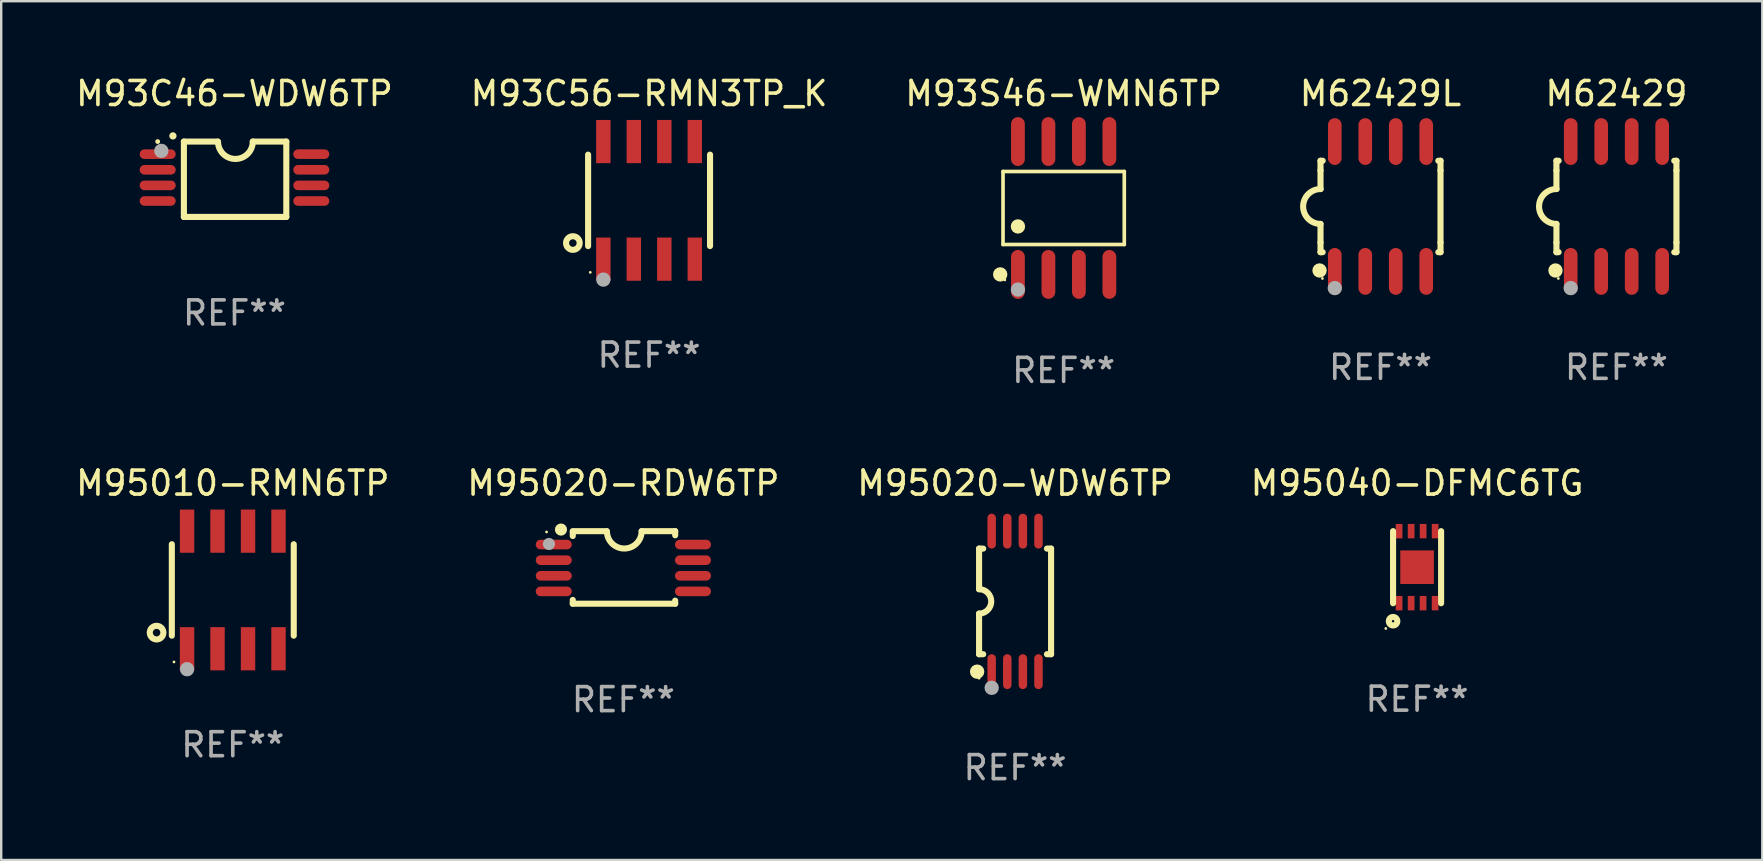
<source format=kicad_pcb>
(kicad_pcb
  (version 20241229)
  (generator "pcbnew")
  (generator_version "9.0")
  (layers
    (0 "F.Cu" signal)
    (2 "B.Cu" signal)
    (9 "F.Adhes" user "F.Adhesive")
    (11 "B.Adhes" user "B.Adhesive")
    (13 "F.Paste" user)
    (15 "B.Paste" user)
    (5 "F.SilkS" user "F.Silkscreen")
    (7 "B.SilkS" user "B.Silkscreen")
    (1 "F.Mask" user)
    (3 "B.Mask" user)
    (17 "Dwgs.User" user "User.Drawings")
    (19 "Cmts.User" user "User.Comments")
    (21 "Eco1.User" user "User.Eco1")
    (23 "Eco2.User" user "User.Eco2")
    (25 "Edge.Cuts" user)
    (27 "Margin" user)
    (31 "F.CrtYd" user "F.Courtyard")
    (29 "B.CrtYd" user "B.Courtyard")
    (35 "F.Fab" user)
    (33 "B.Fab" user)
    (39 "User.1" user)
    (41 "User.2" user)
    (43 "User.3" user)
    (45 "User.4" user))
  (footprint "M95020-WDW6TP"
    (layer "F.Cu")
    (at 39.244 22.008)
    (property "Reference" "M95020-WDW6TP" (at 0 -4.927 0) (layer "F.SilkS") (effects (font (size 1 1) (thickness 0.15))))
    (attr through_hole)
    (fp_line (start -1.5 -2.2) (end -1.5 -0.508) (stroke (width 0.254) (type solid)) (layer "F.SilkS"))
    (fp_line (start -1.5 -2.2) (end -1.328 -2.2) (stroke (width 0.254) (type solid)) (layer "F.SilkS"))
    (fp_line (start -1.5 2.2) (end -1.5 0.508) (stroke (width 0.254) (type solid)) (layer "F.SilkS"))
    (fp_line (start -1.5 2.2) (end -1.328 2.2) (stroke (width 0.254) (type solid)) (layer "F.SilkS"))
    (fp_line (start 1.328 -2.2) (end 1.5 -2.2) (stroke (width 0.254) (type solid)) (layer "F.SilkS"))
    (fp_line (start 1.328 2.2) (end 1.5 2.2) (stroke (width 0.254) (type solid)) (layer "F.SilkS"))
    (fp_line (start 1.5 -2.2) (end 1.5 2.2) (stroke (width 0.254) (type solid)) (layer "F.SilkS"))
    (fp_arc (start -1.501144 -0.508) (mid -0.993143 -0.000571) (end -1.5 0.508001) (stroke (width 0.254001) (type solid)) (layer "F.SilkS"))
    (fp_circle (center -1.581 2.927) (end -1.431 2.927) (stroke (width 0.3) (type solid)) (fill no) (layer "F.SilkS"))
    (fp_circle (center -1.5 3.2) (end -1.47 3.2) (stroke (width 0.06) (type solid)) (fill no) (layer "F.SilkS"))
    (fp_circle (center -0.975 3.6) (end -0.825 3.6) (stroke (width 0.3) (type solid)) (fill no) (layer "F.Fab"))
    (fp_text user "REF**" (at 0 6.927 0) (layer "F.Fab") (effects (font (size 1 1) (thickness 0.15))))
    (pad "1" smd oval (at -0.975 2.927) (size 0.353 1.454) (layers "F.Cu" "F.Mask" "F.Paste"))
    (pad "2" smd oval (at -0.325 2.927) (size 0.353 1.454) (layers "F.Cu" "F.Mask" "F.Paste"))
    (pad "3" smd oval (at 0.325 2.927) (size 0.353 1.454) (layers "F.Cu" "F.Mask" "F.Paste"))
    (pad "4" smd oval (at 0.975 2.927) (size 0.353 1.454) (layers "F.Cu" "F.Mask" "F.Paste"))
    (pad "5" smd oval (at 0.975 -2.927) (size 0.353 1.454) (layers "F.Cu" "F.Mask" "F.Paste"))
    (pad "6" smd oval (at 0.325 -2.927) (size 0.353 1.454) (layers "F.Cu" "F.Mask" "F.Paste"))
    (pad "7" smd oval (at -0.325 -2.927) (size 0.353 1.454) (layers "F.Cu" "F.Mask" "F.Paste"))
    (pad "8" smd oval (at -0.975 -2.927) (size 0.353 1.454) (layers "F.Cu" "F.Mask" "F.Paste")))
  (footprint "M95020-RDW6TP"
    (layer "F.Cu")
    (at 22.923 20.592)
    (property "Reference" "M95020-RDW6TP" (at 0 -3.511 0) (layer "F.SilkS") (effects (font (size 1 1) (thickness 0.15))))
    (attr through_hole)
    (fp_line (start -2.108 -1.511) (end -0.711 -1.511) (stroke (width 0.254) (type solid)) (layer "F.SilkS"))
    (fp_line (start -2.108 -1.309) (end -2.108 -1.486) (stroke (width 0.254) (type solid)) (layer "F.SilkS"))
    (fp_line (start -2.108 1.511) (end -2.108 1.355) (stroke (width 0.254) (type solid)) (layer "F.SilkS"))
    (fp_line (start 0.762 -1.511) (end 2.159 -1.511) (stroke (width 0.254) (type solid)) (layer "F.SilkS"))
    (fp_line (start 2.159 -1.511) (end 2.159 -1.339) (stroke (width 0.254) (type solid)) (layer "F.SilkS"))
    (fp_line (start 2.159 1.384) (end 2.159 1.511) (stroke (width 0.254) (type solid)) (layer "F.SilkS"))
    (fp_line (start 2.159 1.511) (end -2.108 1.511) (stroke (width 0.254) (type solid)) (layer "F.SilkS"))
    (fp_arc (start 0.762002 -1.511303) (mid 0.0381 -0.787401) (end -0.685802 -1.511303) (stroke (width 0.254001) (type solid)) (layer "F.SilkS"))
    (fp_circle (center -3.2 -1.477) (end -3.17 -1.477) (stroke (width 0.06) (type solid)) (fill no) (layer "F.SilkS"))
    (fp_circle (center -2.6 -1.577) (end -2.473 -1.577) (stroke (width 0.254) (type solid)) (fill no) (layer "F.SilkS"))
    (fp_circle (center -3.1 -0.977) (end -2.973 -0.977) (stroke (width 0.254) (type solid)) (fill no) (layer "F.Fab"))
    (fp_text user "REF**" (at 0 5.511 0) (layer "F.Fab") (effects (font (size 1 1) (thickness 0.15))))
    (pad "1" smd oval (at -2.9 -0.953 90) (size 0.4 1.5) (layers "F.Cu" "F.Mask" "F.Paste"))
    (pad "2" smd oval (at -2.9 -0.302 90) (size 0.4 1.5) (layers "F.Cu" "F.Mask" "F.Paste"))
    (pad "3" smd oval (at -2.9 0.348 90) (size 0.4 1.5) (layers "F.Cu" "F.Mask" "F.Paste"))
    (pad "4" smd oval (at -2.9 0.998 90) (size 0.4 1.5) (layers "F.Cu" "F.Mask" "F.Paste"))
    (pad "5" smd oval (at 2.9 0.998 90) (size 0.4 1.5) (layers "F.Cu" "F.Mask" "F.Paste"))
    (pad "6" smd oval (at 2.9 0.348 90) (size 0.4 1.5) (layers "F.Cu" "F.Mask" "F.Paste"))
    (pad "7" smd oval (at 2.9 -0.302 90) (size 0.4 1.5) (layers "F.Cu" "F.Mask" "F.Paste"))
    (pad "8" smd oval (at 2.9 -0.953 90) (size 0.4 1.5) (layers "F.Cu" "F.Mask" "F.Paste")))
  (footprint "M93C46-WDW6TP"
    (layer "F.Cu")
    (at 6.72 4.419)
    (property "Reference" "M93C46-WDW6TP" (at 0 -3.57 0) (layer "F.SilkS") (effects (font (size 1 1) (thickness 0.15))))
    (attr through_hole)
    (fp_line (start -2.108 -1.57) (end -0.711 -1.57) (stroke (width 0.254) (type solid)) (layer "F.SilkS"))
    (fp_line (start -2.108 -1.57) (end -2.108 1.393) (stroke (width 0.254) (type solid)) (layer "F.SilkS"))
    (fp_line (start -2.108 1.393) (end -2.108 1.57) (stroke (width 0.254) (type solid)) (layer "F.SilkS"))
    (fp_line (start -2.108 1.57) (end 2.159 1.57) (stroke (width 0.254) (type solid)) (layer "F.SilkS"))
    (fp_line (start 0.762 -1.57) (end 2.159 -1.57) (stroke (width 0.254) (type solid)) (layer "F.SilkS"))
    (fp_line (start 2.159 1.57) (end 2.159 -1.57) (stroke (width 0.254) (type solid)) (layer "F.SilkS"))
    (fp_arc (start -2.565405 -1.805169) (mid -2.56541 -1.806439) (end -2.565405 -1.807709) (stroke (width 0.3) (type solid)) (layer "F.SilkS"))
    (fp_arc (start 0.762002 -1.570498) (mid 0.0381 -0.846596) (end -0.685802 -1.570498) (stroke (width 0.254001) (type solid)) (layer "F.SilkS"))
    (fp_circle (center -3.2 -1.57) (end -3.15 -1.57) (stroke (width 0.1) (type solid)) (fill no) (layer "F.SilkS"))
    (fp_circle (center -3.048 -1.183) (end -2.898 -1.183) (stroke (width 0.3) (type solid)) (fill no) (layer "F.Fab"))
    (fp_text user "REF**" (at 0 5.57 0) (layer "F.Fab") (effects (font (size 1 1) (thickness 0.15))))
    (pad "1" smd oval (at -3.2 -1.046 90) (size 0.4 1.5) (layers "F.Cu" "F.Mask" "F.Paste"))
    (pad "2" smd oval (at -3.2 -0.395 90) (size 0.4 1.5) (layers "F.Cu" "F.Mask" "F.Paste"))
    (pad "3" smd oval (at -3.2 0.255 90) (size 0.4 1.5) (layers "F.Cu" "F.Mask" "F.Paste"))
    (pad "4" smd oval (at -3.2 0.905 90) (size 0.4 1.5) (layers "F.Cu" "F.Mask" "F.Paste"))
    (pad "5" smd oval (at 3.2 0.905 90) (size 0.4 1.5) (layers "F.Cu" "F.Mask" "F.Paste"))
    (pad "6" smd oval (at 3.2 0.255 90) (size 0.4 1.5) (layers "F.Cu" "F.Mask" "F.Paste"))
    (pad "7" smd oval (at 3.2 -0.395 90) (size 0.4 1.5) (layers "F.Cu" "F.Mask" "F.Paste"))
    (pad "8" smd oval (at 3.2 -1.046 90) (size 0.4 1.5) (layers "F.Cu" "F.Mask" "F.Paste")))
  (footprint "M62429"
    (layer "F.Cu")
    (at 64.3 5.553)
    (property "Reference" "M62429" (at 0 -4.705 0) (layer "F.SilkS") (effects (font (size 1 1) (thickness 0.15))))
    (attr through_hole)
    (fp_line (start -2.5 -1.905) (end -2.409 -1.905) (stroke (width 0.254) (type solid)) (layer "F.SilkS"))
    (fp_line (start -2.5 -1.5) (end -2.5 -1.905) (stroke (width 0.254) (type solid)) (layer "F.SilkS"))
    (fp_line (start -2.5 -1.5) (end -2.5 -0.726) (stroke (width 0.254) (type solid)) (layer "F.SilkS"))
    (fp_line (start -2.5 1.5) (end -2.5 0.727) (stroke (width 0.254) (type solid)) (layer "F.SilkS"))
    (fp_line (start -2.5 1.5) (end -2.5 1.905) (stroke (width 0.254) (type solid)) (layer "F.SilkS"))
    (fp_line (start -2.5 1.905) (end -2.409 1.905) (stroke (width 0.254) (type solid)) (layer "F.SilkS"))
    (fp_line (start 2.5 -1.905) (end 2.409 -1.905) (stroke (width 0.254) (type solid)) (layer "F.SilkS"))
    (fp_line (start 2.5 -1.5) (end 2.5 -1.905) (stroke (width 0.254) (type solid)) (layer "F.SilkS"))
    (fp_line (start 2.5 -1.5) (end 2.5 1.5) (stroke (width 0.254) (type solid)) (layer "F.SilkS"))
    (fp_line (start 2.5 1.5) (end 2.5 1.905) (stroke (width 0.254) (type solid)) (layer "F.SilkS"))
    (fp_line (start 2.5 1.905) (end 2.409 1.905) (stroke (width 0.254) (type solid)) (layer "F.SilkS"))
    (fp_arc (start -2.5 0.726568) (mid -3.220316 -0.0023) (end -2.495097 -0.726289) (stroke (width 0.254001) (type solid)) (layer "F.SilkS"))
    (fp_circle (center -2.54 2.667) (end -2.39 2.667) (stroke (width 0.3) (type solid)) (fill no) (layer "F.SilkS"))
    (fp_circle (center -2.42 3) (end -2.39 3) (stroke (width 0.06) (type solid)) (fill no) (layer "F.SilkS"))
    (fp_circle (center -1.905 3.4) (end -1.755 3.4) (stroke (width 0.3) (type solid)) (fill no) (layer "F.Fab"))
    (fp_text user "REF**" (at 0 6.705 0) (layer "F.Fab") (effects (font (size 1 1) (thickness 0.15))))
    (pad "1" smd oval (at -1.905 2.705) (size 0.568 1.95) (layers "F.Cu" "F.Mask" "F.Paste"))
    (pad "2" smd oval (at -0.635 2.705) (size 0.568 1.95) (layers "F.Cu" "F.Mask" "F.Paste"))
    (pad "3" smd oval (at 0.635 2.705) (size 0.568 1.95) (layers "F.Cu" "F.Mask" "F.Paste"))
    (pad "4" smd oval (at 1.905 2.705) (size 0.568 1.95) (layers "F.Cu" "F.Mask" "F.Paste"))
    (pad "5" smd oval (at 1.905 -2.705) (size 0.568 1.95) (layers "F.Cu" "F.Mask" "F.Paste"))
    (pad "6" smd oval (at 0.635 -2.705) (size 0.568 1.95) (layers "F.Cu" "F.Mask" "F.Paste"))
    (pad "7" smd oval (at -0.635 -2.705) (size 0.568 1.95) (layers "F.Cu" "F.Mask" "F.Paste"))
    (pad "8" smd oval (at -1.905 -2.705) (size 0.568 1.95) (layers "F.Cu" "F.Mask" "F.Paste")))
  (footprint "M95040-DFMC6TG"
    (layer "F.Cu")
    (at 55.994 20.582)
    (property "Reference" "M95040-DFMC6TG" (at 0 -3.502 0) (layer "F.SilkS") (effects (font (size 1 1) (thickness 0.15))))
    (attr through_hole)
    (fp_line (start -1.001 1.502) (end -1.001 -1.501) (stroke (width 0.254) (type solid)) (layer "F.SilkS"))
    (fp_line (start 1.001 1.502) (end 1.001 -1.501) (stroke (width 0.254) (type solid)) (layer "F.SilkS"))
    (fp_circle (center -1.304 2.554) (end -1.274 2.554) (stroke (width 0.06) (type solid)) (fill no) (layer "F.SilkS"))
    (fp_circle (center -1 2.251) (end -0.823 2.251) (stroke (width 0.254) (type solid)) (fill no) (layer "F.SilkS"))
    (fp_text user "REF**" (at 0 5.502 0) (layer "F.Fab") (effects (font (size 1 1) (thickness 0.15))))
    (pad "1" smd rect (at -0.75 1.5 180) (size 0.28 0.6) (layers "F.Cu" "F.Mask" "F.Paste"))
    (pad "2" smd rect (at -0.248 1.498 180) (size 0.28 0.6) (layers "F.Cu" "F.Mask" "F.Paste"))
    (pad "3" smd rect (at 0.25 1.5 180) (size 0.28 0.6) (layers "F.Cu" "F.Mask" "F.Paste"))
    (pad "4" smd rect (at 0.752 1.498 180) (size 0.28 0.6) (layers "F.Cu" "F.Mask" "F.Paste"))
    (pad "5" smd rect (at 0.752 -1.502 180) (size 0.28 0.6) (layers "F.Cu" "F.Mask" "F.Paste"))
    (pad "6" smd rect (at 0.252 -1.502 180) (size 0.28 0.6) (layers "F.Cu" "F.Mask" "F.Paste"))
    (pad "7" smd rect (at -0.248 -1.502 180) (size 0.28 0.6) (layers "F.Cu" "F.Mask" "F.Paste"))
    (pad "8" smd rect (at -0.75 -1.5 180) (size 0.28 0.6) (layers "F.Cu" "F.Mask" "F.Paste"))
    (pad "9" smd rect (at 0.000051 0.001 270) (size 1.4 1.4) (layers "F.Cu" "F.Mask" "F.Paste")))
  (footprint "M95010-RMN6TP"
    (layer "F.Cu")
    (at 6.649 21.531)
    (property "Reference" "M95010-RMN6TP" (at 0 -4.45 0) (layer "F.SilkS") (effects (font (size 1 1) (thickness 0.15))))
    (attr through_hole)
    (fp_line (start -2.54 -1.905) (end -2.54 1.905) (stroke (width 0.254) (type solid)) (layer "F.SilkS"))
    (fp_line (start 2.54 -1.905) (end 2.54 1.905) (stroke (width 0.254) (type solid)) (layer "F.SilkS"))
    (fp_circle (center -3.175 1.778) (end -2.891 1.778) (stroke (width 0.254) (type solid)) (fill no) (layer "F.SilkS"))
    (fp_circle (center -2.45 3) (end -2.42 3) (stroke (width 0.06) (type solid)) (fill no) (layer "F.SilkS"))
    (fp_circle (center -1.905 3.302) (end -1.755 3.302) (stroke (width 0.3) (type solid)) (fill no) (layer "F.Fab"))
    (fp_text user "REF**" (at 0 6.45 0) (layer "F.Fab") (effects (font (size 1 1) (thickness 0.15))))
    (pad "1" smd rect (at -1.905 2.45) (size 0.6 1.8) (layers "F.Cu" "F.Mask" "F.Paste"))
    (pad "2" smd rect (at -0.635 2.45) (size 0.6 1.8) (layers "F.Cu" "F.Mask" "F.Paste"))
    (pad "3" smd rect (at 0.635 2.45) (size 0.6 1.8) (layers "F.Cu" "F.Mask" "F.Paste"))
    (pad "4" smd rect (at 1.905 2.45) (size 0.6 1.8) (layers "F.Cu" "F.Mask" "F.Paste"))
    (pad "5" smd rect (at 1.905 -2.45 180) (size 0.6 1.8) (layers "F.Cu" "F.Mask" "F.Paste"))
    (pad "6" smd rect (at 0.635 -2.45 180) (size 0.6 1.8) (layers "F.Cu" "F.Mask" "F.Paste"))
    (pad "7" smd rect (at -0.635 -2.45 180) (size 0.6 1.8) (layers "F.Cu" "F.Mask" "F.Paste"))
    (pad "8" smd rect (at -1.905 -2.45 180) (size 0.6 1.8) (layers "F.Cu" "F.Mask" "F.Paste")))
  (footprint "M62429L"
    (layer "F.Cu")
    (at 54.47 5.553)
    (property "Reference" "M62429L" (at 0 -4.705 0) (layer "F.SilkS") (effects (font (size 1 1) (thickness 0.15))))
    (attr through_hole)
    (fp_line (start -2.5 -1.905) (end -2.409 -1.905) (stroke (width 0.254) (type solid)) (layer "F.SilkS"))
    (fp_line (start -2.5 -1.5) (end -2.5 -1.905) (stroke (width 0.254) (type solid)) (layer "F.SilkS"))
    (fp_line (start -2.5 -1.5) (end -2.5 -0.726) (stroke (width 0.254) (type solid)) (layer "F.SilkS"))
    (fp_line (start -2.5 1.5) (end -2.5 0.727) (stroke (width 0.254) (type solid)) (layer "F.SilkS"))
    (fp_line (start -2.5 1.5) (end -2.5 1.905) (stroke (width 0.254) (type solid)) (layer "F.SilkS"))
    (fp_line (start -2.5 1.905) (end -2.409 1.905) (stroke (width 0.254) (type solid)) (layer "F.SilkS"))
    (fp_line (start 2.5 -1.905) (end 2.409 -1.905) (stroke (width 0.254) (type solid)) (layer "F.SilkS"))
    (fp_line (start 2.5 -1.5) (end 2.5 -1.905) (stroke (width 0.254) (type solid)) (layer "F.SilkS"))
    (fp_line (start 2.5 -1.5) (end 2.5 1.5) (stroke (width 0.254) (type solid)) (layer "F.SilkS"))
    (fp_line (start 2.5 1.5) (end 2.5 1.905) (stroke (width 0.254) (type solid)) (layer "F.SilkS"))
    (fp_line (start 2.5 1.905) (end 2.409 1.905) (stroke (width 0.254) (type solid)) (layer "F.SilkS"))
    (fp_arc (start -2.5 0.726568) (mid -3.220316 -0.0023) (end -2.495097 -0.726289) (stroke (width 0.254001) (type solid)) (layer "F.SilkS"))
    (fp_circle (center -2.54 2.667) (end -2.39 2.667) (stroke (width 0.3) (type solid)) (fill no) (layer "F.SilkS"))
    (fp_circle (center -2.42 3) (end -2.39 3) (stroke (width 0.06) (type solid)) (fill no) (layer "F.SilkS"))
    (fp_circle (center -1.905 3.4) (end -1.755 3.4) (stroke (width 0.3) (type solid)) (fill no) (layer "F.Fab"))
    (fp_text user "REF**" (at 0 6.705 0) (layer "F.Fab") (effects (font (size 1 1) (thickness 0.15))))
    (pad "1" smd oval (at -1.905 2.705) (size 0.568 1.95) (layers "F.Cu" "F.Mask" "F.Paste"))
    (pad "2" smd oval (at -0.635 2.705) (size 0.568 1.95) (layers "F.Cu" "F.Mask" "F.Paste"))
    (pad "3" smd oval (at 0.635 2.705) (size 0.568 1.95) (layers "F.Cu" "F.Mask" "F.Paste"))
    (pad "4" smd oval (at 1.905 2.705) (size 0.568 1.95) (layers "F.Cu" "F.Mask" "F.Paste"))
    (pad "5" smd oval (at 1.905 -2.705) (size 0.568 1.95) (layers "F.Cu" "F.Mask" "F.Paste"))
    (pad "6" smd oval (at 0.635 -2.705) (size 0.568 1.95) (layers "F.Cu" "F.Mask" "F.Paste"))
    (pad "7" smd oval (at -0.635 -2.705) (size 0.568 1.95) (layers "F.Cu" "F.Mask" "F.Paste"))
    (pad "8" smd oval (at -1.905 -2.705) (size 0.568 1.95) (layers "F.Cu" "F.Mask" "F.Paste")))
  (footprint "M93S46-WMN6TP"
    (layer "F.Cu")
    (at 41.268 5.616)
    (property "Reference" "M93S46-WMN6TP" (at 0 -4.768 0) (layer "F.SilkS") (effects (font (size 1 1) (thickness 0.15))))
    (attr through_hole)
    (fp_line (start -2.526 -1.521) (end 2.526 -1.521) (stroke (width 0.152) (type solid)) (layer "F.SilkS"))
    (fp_line (start -2.526 1.521) (end -2.526 -1.521) (stroke (width 0.152) (type solid)) (layer "F.SilkS"))
    (fp_line (start 2.526 -1.521) (end 2.526 1.521) (stroke (width 0.152) (type solid)) (layer "F.SilkS"))
    (fp_line (start 2.526 1.521) (end -2.526 1.521) (stroke (width 0.152) (type solid)) (layer "F.SilkS"))
    (fp_circle (center -2.644 2.768) (end -2.494 2.768) (stroke (width 0.3) (type solid)) (fill no) (layer "F.SilkS"))
    (fp_circle (center -2.45 2.998) (end -2.42 2.998) (stroke (width 0.06) (type solid)) (fill no) (layer "F.SilkS"))
    (fp_circle (center -1.905 0.769) (end -1.755 0.769) (stroke (width 0.3) (type solid)) (fill no) (layer "F.SilkS"))
    (fp_circle (center -1.905 3.398) (end -1.755 3.398) (stroke (width 0.3) (type solid)) (fill no) (layer "F.Fab"))
    (fp_text user "REF**" (at 0 6.768 0) (layer "F.Fab") (effects (font (size 1 1) (thickness 0.15))))
    (pad "1" smd oval (at -1.905 2.768) (size 0.574 2.036) (layers "F.Cu" "F.Mask" "F.Paste"))
    (pad "2" smd oval (at -0.635 2.768) (size 0.574 2.036) (layers "F.Cu" "F.Mask" "F.Paste"))
    (pad "3" smd oval (at 0.635 2.768) (size 0.574 2.036) (layers "F.Cu" "F.Mask" "F.Paste"))
    (pad "4" smd oval (at 1.905 2.768) (size 0.574 2.036) (layers "F.Cu" "F.Mask" "F.Paste"))
    (pad "5" smd oval (at 1.905 -2.768) (size 0.574 2.036) (layers "F.Cu" "F.Mask" "F.Paste"))
    (pad "6" smd oval (at 0.635 -2.768) (size 0.574 2.036) (layers "F.Cu" "F.Mask" "F.Paste"))
    (pad "7" smd oval (at -0.635 -2.768) (size 0.574 2.036) (layers "F.Cu" "F.Mask" "F.Paste"))
    (pad "8" smd oval (at -1.905 -2.768) (size 0.574 2.036) (layers "F.Cu" "F.Mask" "F.Paste")))
  (footprint "M93C56-RMN3TP_K"
    (layer "F.Cu")
    (at 23.994 5.298)
    (property "Reference" "M93C56-RMN3TP_K" (at 0 -4.45 0) (layer "F.SilkS") (effects (font (size 1 1) (thickness 0.15))))
    (attr through_hole)
    (fp_line (start -2.54 -1.905) (end -2.54 1.905) (stroke (width 0.254) (type solid)) (layer "F.SilkS"))
    (fp_line (start 2.54 -1.905) (end 2.54 1.905) (stroke (width 0.254) (type solid)) (layer "F.SilkS"))
    (fp_circle (center -3.175 1.778) (end -2.891 1.778) (stroke (width 0.254) (type solid)) (fill no) (layer "F.SilkS"))
    (fp_circle (center -2.45 3) (end -2.42 3) (stroke (width 0.06) (type solid)) (fill no) (layer "F.SilkS"))
    (fp_circle (center -1.905 3.302) (end -1.755 3.302) (stroke (width 0.3) (type solid)) (fill no) (layer "F.Fab"))
    (fp_text user "REF**" (at 0 6.45 0) (layer "F.Fab") (effects (font (size 1 1) (thickness 0.15))))
    (pad "1" smd rect (at -1.905 2.45) (size 0.6 1.8) (layers "F.Cu" "F.Mask" "F.Paste"))
    (pad "2" smd rect (at -0.635 2.45) (size 0.6 1.8) (layers "F.Cu" "F.Mask" "F.Paste"))
    (pad "3" smd rect (at 0.635 2.45) (size 0.6 1.8) (layers "F.Cu" "F.Mask" "F.Paste"))
    (pad "4" smd rect (at 1.905 2.45) (size 0.6 1.8) (layers "F.Cu" "F.Mask" "F.Paste"))
    (pad "5" smd rect (at 1.905 -2.45 180) (size 0.6 1.8) (layers "F.Cu" "F.Mask" "F.Paste"))
    (pad "6" smd rect (at 0.635 -2.45 180) (size 0.6 1.8) (layers "F.Cu" "F.Mask" "F.Paste"))
    (pad "7" smd rect (at -0.635 -2.45 180) (size 0.6 1.8) (layers "F.Cu" "F.Mask" "F.Paste"))
    (pad "8" smd rect (at -1.905 -2.45 180) (size 0.6 1.8) (layers "F.Cu" "F.Mask" "F.Paste")))
  (gr_rect
    (start -3 -3)
    (end 70.377 32.783)
    (stroke (width 0.1) (type default))
    (fill no)
    (layer "Edge.Cuts")))
</source>
